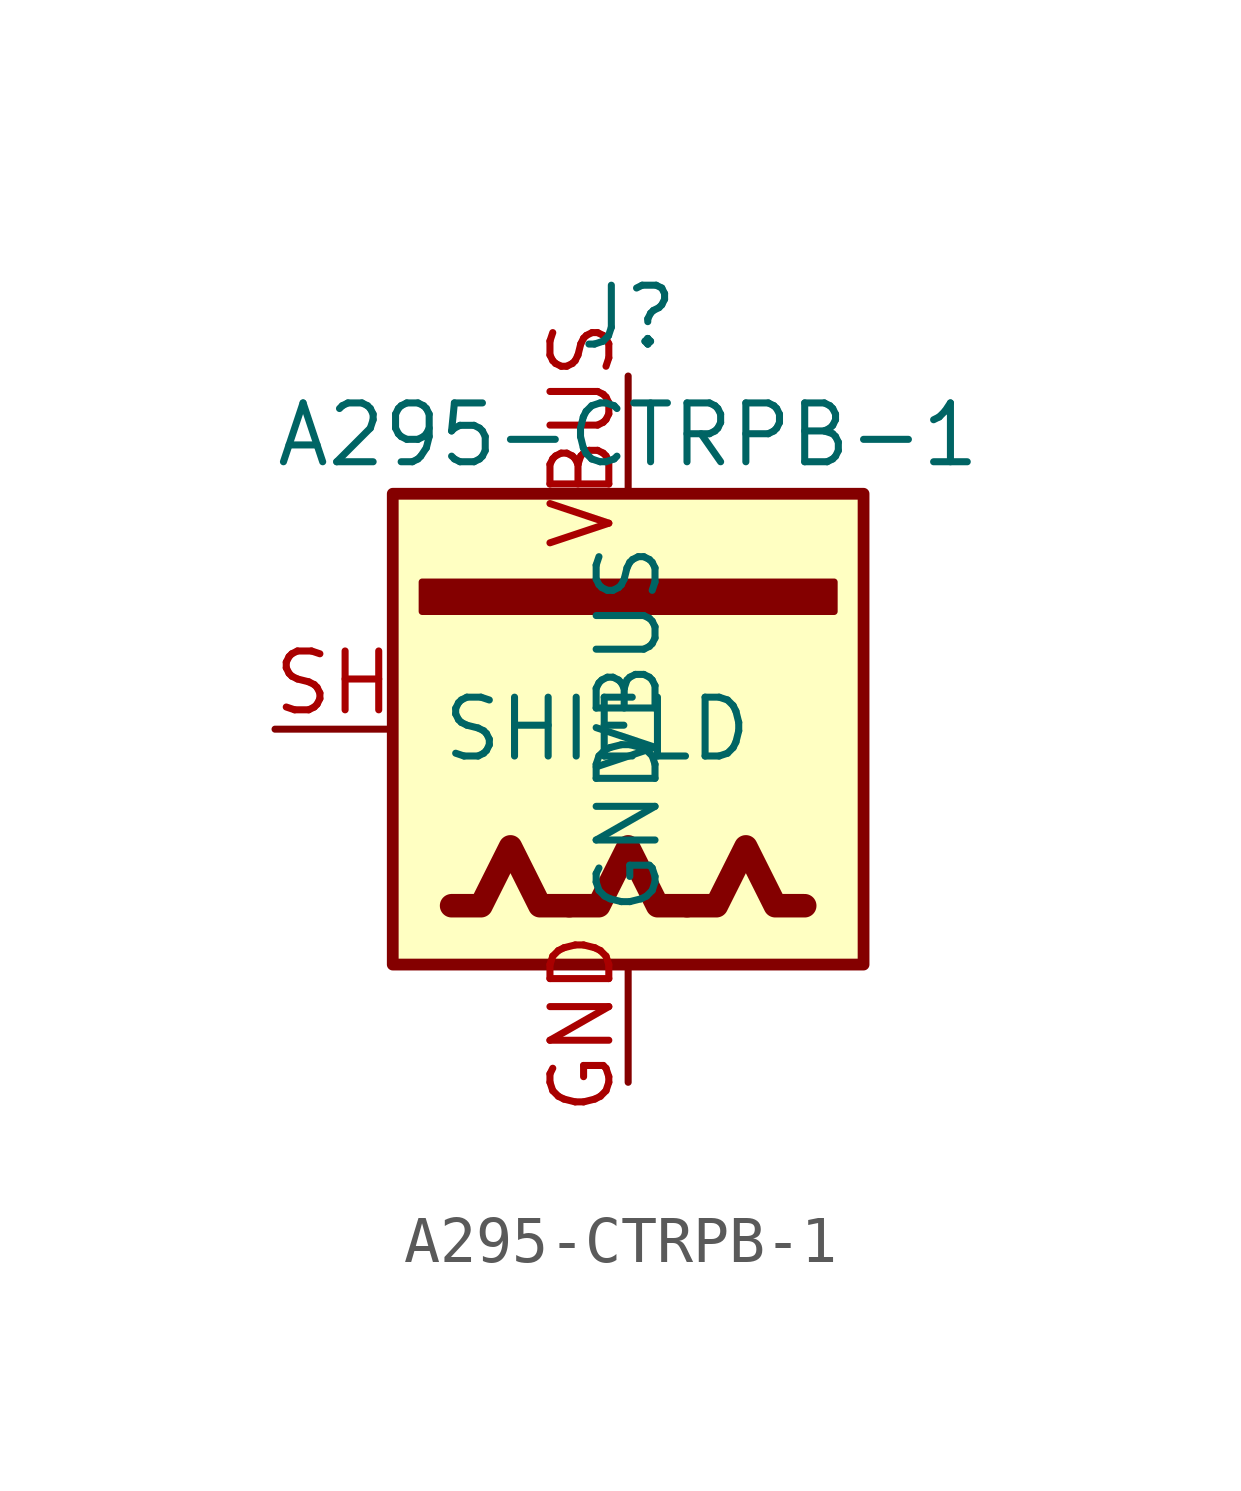
<source format=kicad_sym>
(kicad_symbol_lib
  (version 20231120)
  (generator "kicad_symbol_editor")
  (generator_version "8.0")
  (symbol "A295-CTRPB-1"
    (pin_names
      (offset 1.016))
    (property "Reference" "J"
      (at 0 8.89 0)
      (effects (font (size 1.27 1.27))))
    (property "Value" "A295-CTRPB-1"
      (at 0 6.35 0)
      (effects (font (size 1.27 1.27))))
    (symbol "A295-CTRPB-1_0_1"
      (rectangle (start -5.08 5.08) (end 5.08 -5.08) (stroke (width 0.254) (type default)) (fill (type background)))
      (polyline (pts (xy -3.81 -3.81) (xy -3.175 -3.81) (xy -2.54 -2.54) (xy -1.905 -3.81) (xy -1.27 -3.81)) (stroke (width 0.508) (type default)) (fill (type none)))
      (polyline (pts (xy -1.27 -3.81) (xy -0.635 -3.81) (xy 0 -2.54) (xy 0.635 -3.81) (xy 1.27 -3.81)) (stroke (width 0.508) (type default)) (fill (type none)))
      (polyline (pts (xy 1.27 -3.81) (xy 1.905 -3.81) (xy 2.54 -2.54) (xy 3.175 -3.81) (xy 3.81 -3.81)) (stroke (width 0.508) (type default)) (fill (type none)))
      (rectangle (start -4.445 3.175) (end 4.445 2.54) (stroke (width 0) (type default)) (fill (type outline))))
    (symbol "A295-CTRPB-1_1_1"
      (pin power_in line (at 0 7.62 270) (length 2.54) (name "VBUS" (effects (font (size 1.27 1.27)))) (number "VBUS" (effects (font (size 1.27 1.27)))))
      (pin power_in line (at 0 -7.62 90) (length 2.54) (name "GND" (effects (font (size 1.27 1.27)))) (number "GND" (effects (font (size 1.27 1.27)))))
      (pin passive line (at -7.62 0 0) (length 2.54) (name "SHIELD" (effects (font (size 1.27 1.27)))) (number "SH" (effects (font (size 1.27 1.27))))))))
</source>
